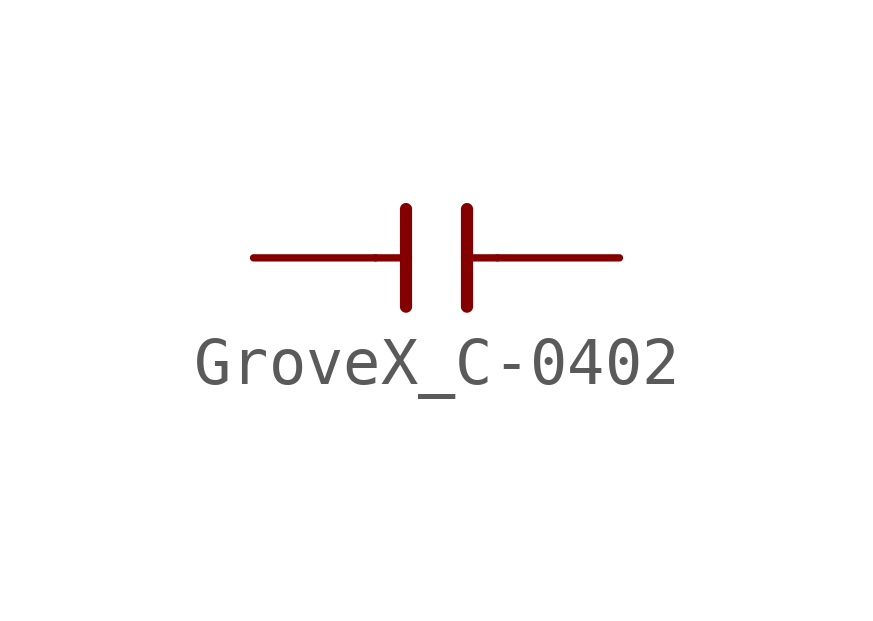
<source format=kicad_sym>
(kicad_symbol_lib
  (version 20231120)
  (generator "kicad_symbol_editor")
  (generator_version "8.0")
  (symbol "GroveX_C-0402"
    (property "Reference" "C"
      (at -2.54 0 0)
      (effects (font (size 0.635 0.54)) (justify left bottom) (hide yes)))
    (property "ki_locked" ""
      (at 0 0 0)
      (effects (font (size 1.27 1.27))))
    (symbol "GroveX_C-0402_1_0"
      (polyline (pts (xy -1.27 0) (xy -0.635 0)) (stroke (width 0.152) (type solid)) (fill (type none)))
      (polyline (pts (xy -0.635 -1.016) (xy -0.635 0)) (stroke (width 0.254) (type solid)) (fill (type none)))
      (polyline (pts (xy -0.635 0) (xy -0.635 1.016)) (stroke (width 0.254) (type solid)) (fill (type none)))
      (polyline (pts (xy 0.635 0) (xy 0.635 -1.016)) (stroke (width 0.254) (type solid)) (fill (type none)))
      (polyline (pts (xy 0.635 0) (xy 1.27 0)) (stroke (width 0.152) (type solid)) (fill (type none)))
      (polyline (pts (xy 0.635 1.016) (xy 0.635 0)) (stroke (width 0.254) (type solid)) (fill (type none)))
      (pin passive line (at -3.81 0 0) (length 2.54) (name "1" (effects (font (size 0 0)))) (number "1" (effects (font (size 0 0)))))
      (pin passive line (at 3.81 0 180) (length 2.54) (name "2" (effects (font (size 0 0)))) (number "2" (effects (font (size 0 0))))))))
</source>
